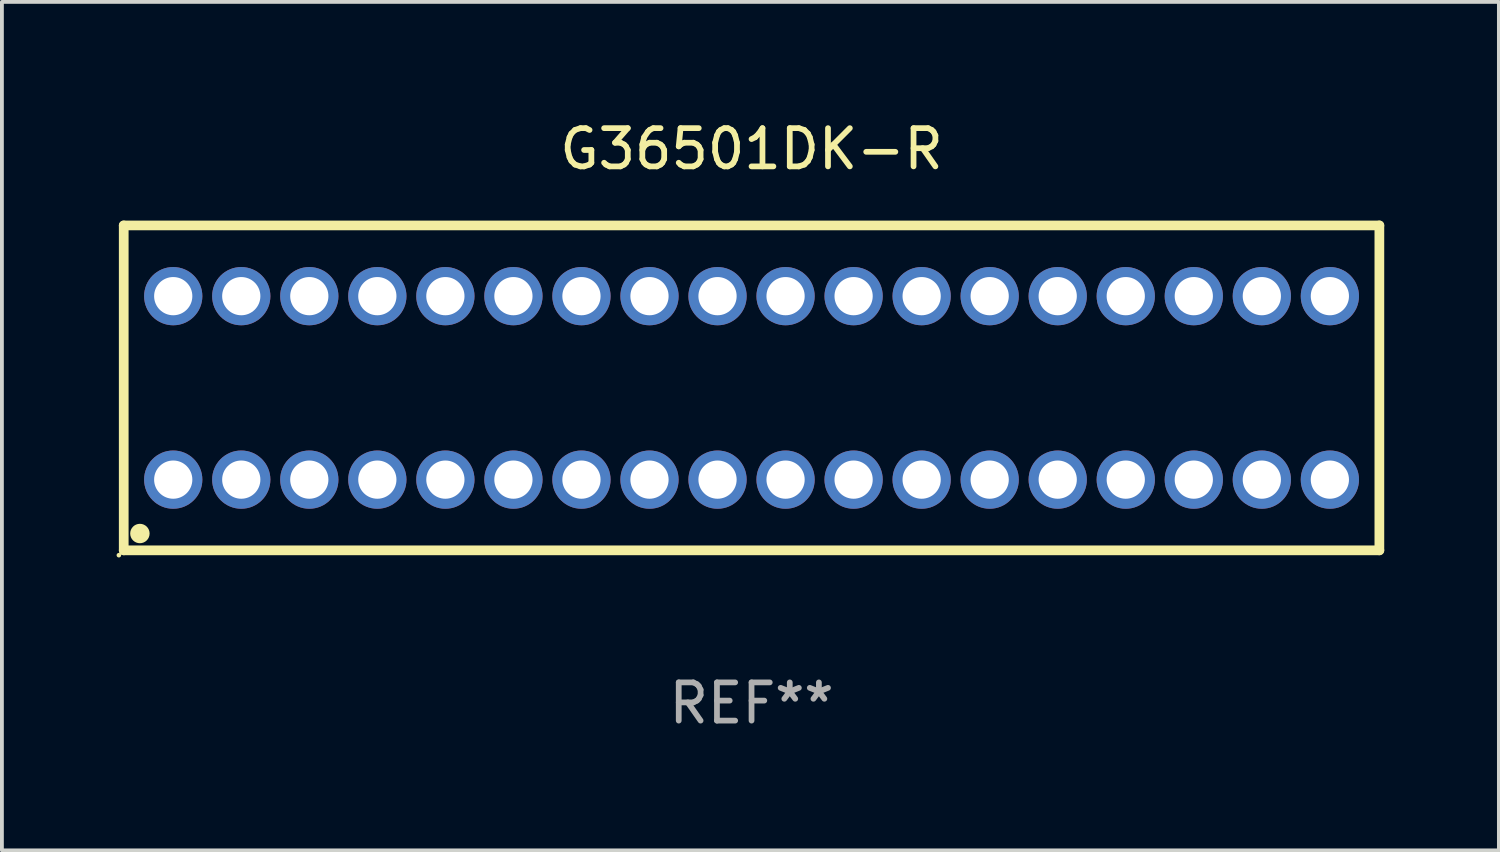
<source format=kicad_pcb>
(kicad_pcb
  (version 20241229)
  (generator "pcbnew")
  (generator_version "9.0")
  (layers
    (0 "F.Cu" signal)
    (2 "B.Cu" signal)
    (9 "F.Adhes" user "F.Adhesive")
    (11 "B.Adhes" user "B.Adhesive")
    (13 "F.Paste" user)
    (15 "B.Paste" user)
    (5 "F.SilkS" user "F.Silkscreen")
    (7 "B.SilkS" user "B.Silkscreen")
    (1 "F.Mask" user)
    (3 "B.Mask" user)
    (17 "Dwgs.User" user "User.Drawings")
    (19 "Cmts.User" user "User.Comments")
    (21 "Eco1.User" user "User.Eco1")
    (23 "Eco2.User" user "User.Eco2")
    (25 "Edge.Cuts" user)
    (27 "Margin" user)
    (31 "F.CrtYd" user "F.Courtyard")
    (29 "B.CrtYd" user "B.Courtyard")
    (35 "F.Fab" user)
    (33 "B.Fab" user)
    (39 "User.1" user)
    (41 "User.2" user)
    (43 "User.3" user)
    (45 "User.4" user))
  (footprint "G36501DK-R"
    (layer "F.Cu")
    (at 16.612 7.098)
    (property "Reference" "G36501DK-R" (at 0 -6.25 0) (layer "F.SilkS") (effects (font (size 1 1) (thickness 0.15))))
    (attr through_hole)
    (fp_line (start -16.425 -4.25) (end -16.425 4.25) (stroke (width 0.254) (type solid)) (layer "F.SilkS"))
    (fp_line (start -16.425 -4.25) (end 16.425 -4.25) (stroke (width 0.254) (type solid)) (layer "F.SilkS"))
    (fp_line (start -16.425 4.25) (end 16.425 4.25) (stroke (width 0.254) (type solid)) (layer "F.SilkS"))
    (fp_line (start 16.425 -4.25) (end 16.425 4.25) (stroke (width 0.254) (type solid)) (layer "F.SilkS"))
    (fp_circle (center -16.552 4.377) (end -16.522 4.377) (stroke (width 0.06) (type solid)) (fill no) (layer "F.SilkS"))
    (fp_circle (center -16.002 3.81) (end -15.875 3.81) (stroke (width 0.254) (type solid)) (fill no) (layer "F.SilkS"))
    (fp_text user "REF**" (at 0 8.25 0) (layer "F.Fab") (effects (font (size 1 1) (thickness 0.15))))
    (pad "1" thru_hole circle (at -15.13 2.4) (size 1.524 1.524) (drill 1) (layers "*.Cu" "*.Mask"))
    (pad "2" thru_hole circle (at -13.35 2.4) (size 1.524 1.524) (drill 1) (layers "*.Cu" "*.Mask"))
    (pad "3" thru_hole circle (at -11.57 2.4) (size 1.524 1.524) (drill 1) (layers "*.Cu" "*.Mask"))
    (pad "4" thru_hole circle (at -9.79 2.4) (size 1.524 1.524) (drill 1) (layers "*.Cu" "*.Mask"))
    (pad "5" thru_hole circle (at -8.01 2.4) (size 1.524 1.524) (drill 1) (layers "*.Cu" "*.Mask"))
    (pad "6" thru_hole circle (at -6.23 2.4) (size 1.524 1.524) (drill 1) (layers "*.Cu" "*.Mask"))
    (pad "7" thru_hole circle (at -4.45 2.4) (size 1.524 1.524) (drill 1) (layers "*.Cu" "*.Mask"))
    (pad "8" thru_hole circle (at -2.67 2.4) (size 1.524 1.524) (drill 1) (layers "*.Cu" "*.Mask"))
    (pad "9" thru_hole circle (at -0.89 2.4) (size 1.524 1.524) (drill 1) (layers "*.Cu" "*.Mask"))
    (pad "10" thru_hole circle (at 0.89 2.4) (size 1.524 1.524) (drill 1) (layers "*.Cu" "*.Mask"))
    (pad "11" thru_hole circle (at 2.67 2.4) (size 1.524 1.524) (drill 1) (layers "*.Cu" "*.Mask"))
    (pad "12" thru_hole circle (at 4.45 2.4) (size 1.524 1.524) (drill 1) (layers "*.Cu" "*.Mask"))
    (pad "13" thru_hole circle (at 6.23 2.4) (size 1.524 1.524) (drill 1) (layers "*.Cu" "*.Mask"))
    (pad "14" thru_hole circle (at 8.01 2.4) (size 1.524 1.524) (drill 1) (layers "*.Cu" "*.Mask"))
    (pad "15" thru_hole circle (at 9.79 2.4) (size 1.524 1.524) (drill 1) (layers "*.Cu" "*.Mask"))
    (pad "16" thru_hole circle (at 11.57 2.4) (size 1.524 1.524) (drill 1) (layers "*.Cu" "*.Mask"))
    (pad "17" thru_hole circle (at 13.35 2.4) (size 1.524 1.524) (drill 1) (layers "*.Cu" "*.Mask"))
    (pad "18" thru_hole circle (at 15.13 2.4) (size 1.524 1.524) (drill 1) (layers "*.Cu" "*.Mask"))
    (pad "19" thru_hole circle (at 15.13 -2.4) (size 1.524 1.524) (drill 1) (layers "*.Cu" "*.Mask"))
    (pad "20" thru_hole circle (at 13.35 -2.4) (size 1.524 1.524) (drill 1) (layers "*.Cu" "*.Mask"))
    (pad "21" thru_hole circle (at 11.57 -2.4) (size 1.524 1.524) (drill 1) (layers "*.Cu" "*.Mask"))
    (pad "22" thru_hole circle (at 9.79 -2.4) (size 1.524 1.524) (drill 1) (layers "*.Cu" "*.Mask"))
    (pad "23" thru_hole circle (at 8.01 -2.4) (size 1.524 1.524) (drill 1) (layers "*.Cu" "*.Mask"))
    (pad "24" thru_hole circle (at 6.23 -2.4) (size 1.524 1.524) (drill 1) (layers "*.Cu" "*.Mask"))
    (pad "25" thru_hole circle (at 4.45 -2.4) (size 1.524 1.524) (drill 1) (layers "*.Cu" "*.Mask"))
    (pad "26" thru_hole circle (at 2.67 -2.4) (size 1.524 1.524) (drill 1) (layers "*.Cu" "*.Mask"))
    (pad "27" thru_hole circle (at 0.89 -2.4) (size 1.524 1.524) (drill 1) (layers "*.Cu" "*.Mask"))
    (pad "28" thru_hole circle (at -0.89 -2.4) (size 1.524 1.524) (drill 1) (layers "*.Cu" "*.Mask"))
    (pad "29" thru_hole circle (at -2.67 -2.4) (size 1.524 1.524) (drill 1) (layers "*.Cu" "*.Mask"))
    (pad "30" thru_hole circle (at -4.45 -2.4) (size 1.524 1.524) (drill 1) (layers "*.Cu" "*.Mask"))
    (pad "31" thru_hole circle (at -6.23 -2.4) (size 1.524 1.524) (drill 1) (layers "*.Cu" "*.Mask"))
    (pad "32" thru_hole circle (at -8.01 -2.4) (size 1.524 1.524) (drill 1) (layers "*.Cu" "*.Mask"))
    (pad "33" thru_hole circle (at -9.79 -2.4) (size 1.524 1.524) (drill 1) (layers "*.Cu" "*.Mask"))
    (pad "34" thru_hole circle (at -11.57 -2.4) (size 1.524 1.524) (drill 1) (layers "*.Cu" "*.Mask"))
    (pad "35" thru_hole circle (at -13.35 -2.4) (size 1.524 1.524) (drill 1) (layers "*.Cu" "*.Mask"))
    (pad "36" thru_hole circle (at -15.13 -2.4) (size 1.524 1.524) (drill 1) (layers "*.Cu" "*.Mask")))
  (gr_rect
    (start -3 -3)
    (end 36.164 19.197)
    (stroke (width 0.1) (type default))
    (fill no)
    (layer "Edge.Cuts")))
</source>
